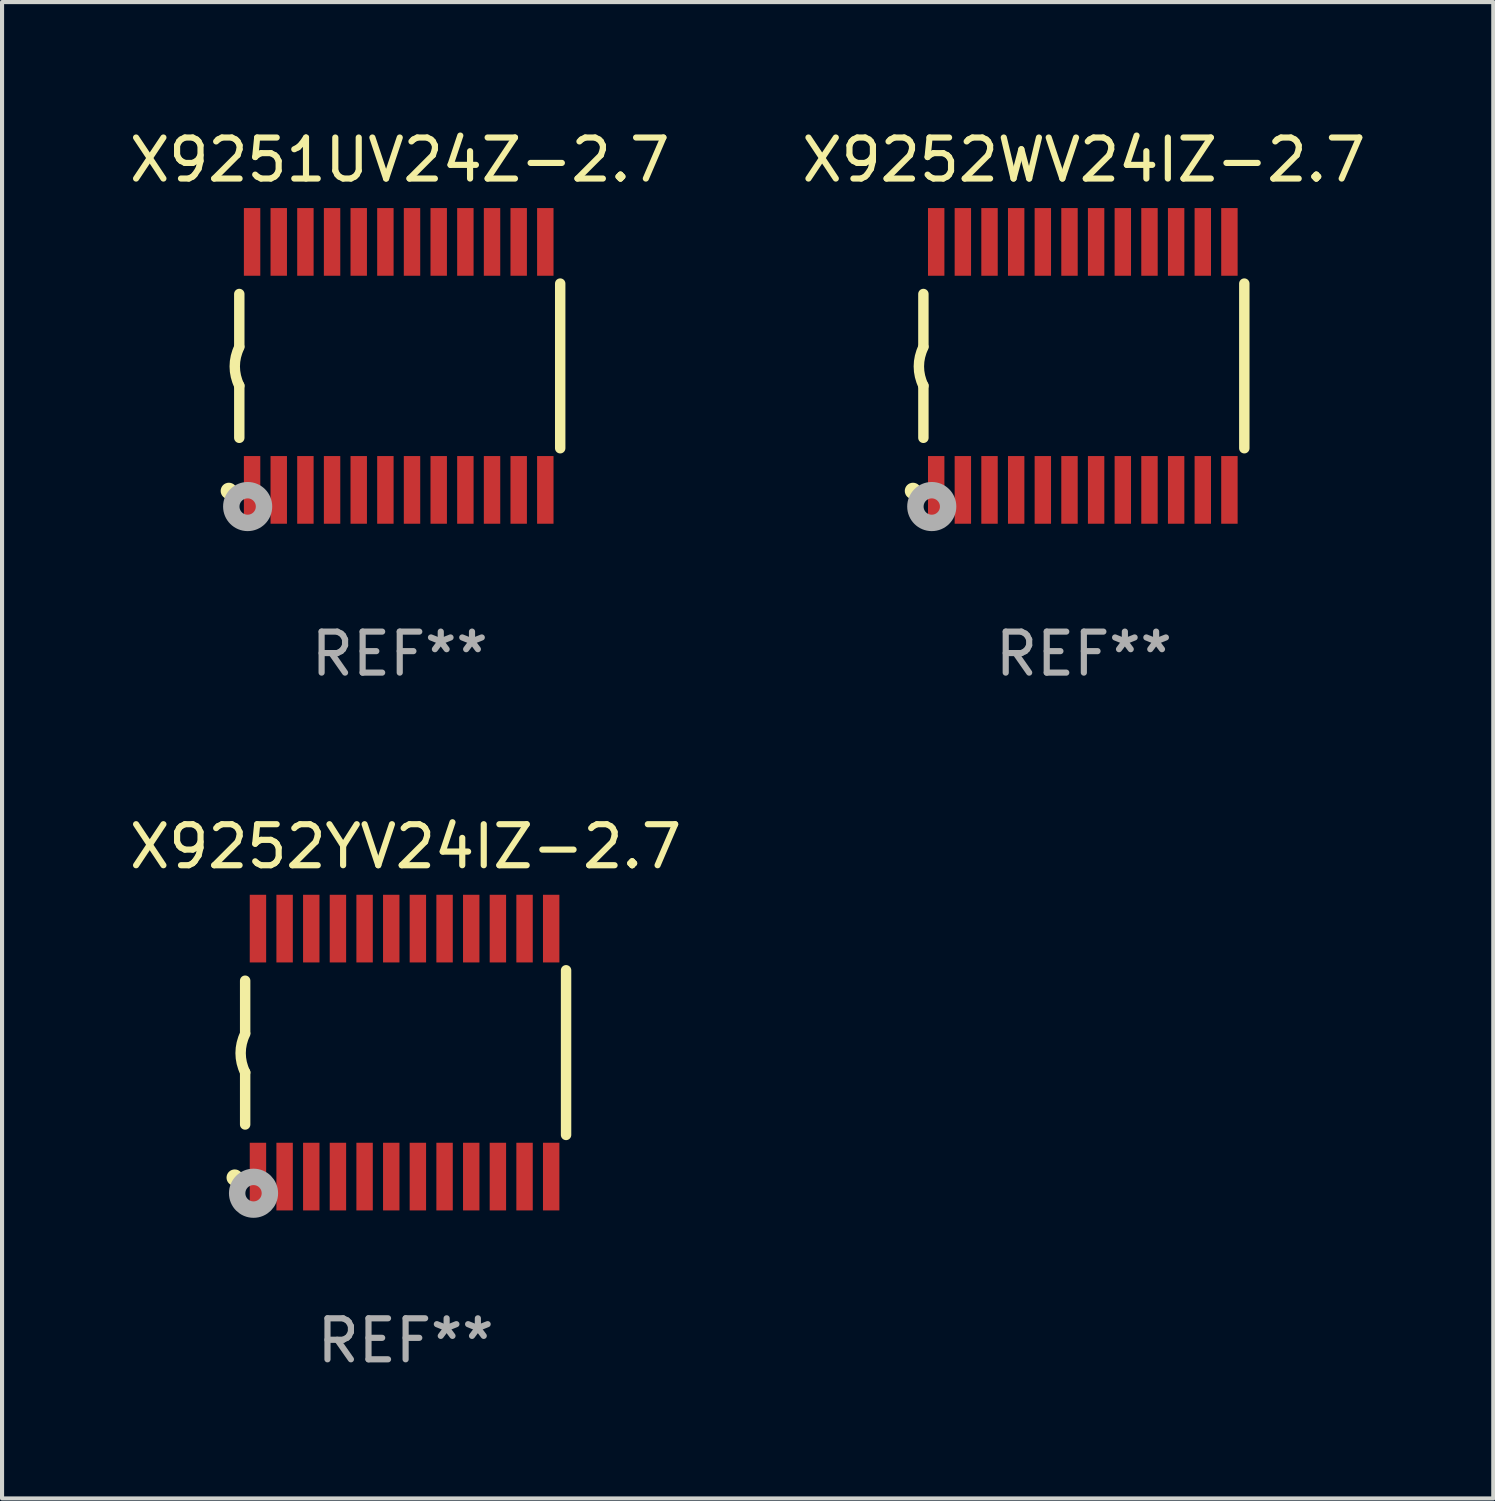
<source format=kicad_pcb>
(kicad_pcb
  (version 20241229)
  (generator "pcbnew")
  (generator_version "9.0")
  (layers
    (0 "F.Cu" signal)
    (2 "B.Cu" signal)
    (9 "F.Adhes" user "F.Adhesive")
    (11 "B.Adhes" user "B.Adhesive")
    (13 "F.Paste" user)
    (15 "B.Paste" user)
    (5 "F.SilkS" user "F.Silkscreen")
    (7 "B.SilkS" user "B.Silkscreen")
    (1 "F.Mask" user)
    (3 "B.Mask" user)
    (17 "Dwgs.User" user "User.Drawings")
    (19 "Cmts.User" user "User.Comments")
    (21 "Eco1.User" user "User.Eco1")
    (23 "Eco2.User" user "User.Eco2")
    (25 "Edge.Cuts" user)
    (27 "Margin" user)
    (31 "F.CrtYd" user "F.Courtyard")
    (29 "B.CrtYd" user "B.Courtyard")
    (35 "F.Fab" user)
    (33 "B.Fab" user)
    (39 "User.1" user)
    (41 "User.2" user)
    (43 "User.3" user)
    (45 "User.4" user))
  (footprint "X9251UV24Z-2.7"
    (layer "F.Cu")
    (at 6.696 5.871)
    (property "Reference" "X9251UV24Z-2.7" (at 0 -5.023 0) (layer "F.SilkS") (effects (font (size 1 1) (thickness 0.15))))
    (attr through_hole)
    (fp_line (start -3.912 -0.483) (end -3.912 -1.753) (stroke (width 0.254) (type solid)) (layer "F.SilkS"))
    (fp_line (start -3.912 1.753) (end -3.912 0.483) (stroke (width 0.254) (type solid)) (layer "F.SilkS"))
    (fp_line (start 3.912 -2.007) (end 3.912 2.007) (stroke (width 0.254) (type solid)) (layer "F.SilkS"))
    (fp_arc (start -3.911608 0.482601) (mid -4.022537 0.0127) (end -3.911608 -0.457201) (stroke (width 0.254001) (type solid)) (layer "F.SilkS"))
    (fp_circle (center -4.166 3.048) (end -4.066 3.048) (stroke (width 0.2) (type solid)) (fill no) (layer "F.SilkS"))
    (fp_circle (center -3.925 3.186) (end -3.895 3.186) (stroke (width 0.06) (type solid)) (fill no) (layer "F.SilkS"))
    (fp_circle (center -3.708 3.429) (end -3.509 3.429) (stroke (width 0.4) (type solid)) (fill no) (layer "F.Fab"))
    (fp_text user "REF**" (at 0 7.023 0) (layer "F.Fab") (effects (font (size 1 1) (thickness 0.15))))
    (pad "1" smd rect (at -3.6 3.023) (size 0.4 1.65) (layers "F.Cu" "F.Mask" "F.Paste"))
    (pad "2" smd rect (at -2.95 3.023) (size 0.4 1.65) (layers "F.Cu" "F.Mask" "F.Paste"))
    (pad "3" smd rect (at -2.3 3.023) (size 0.4 1.65) (layers "F.Cu" "F.Mask" "F.Paste"))
    (pad "4" smd rect (at -1.65 3.023) (size 0.4 1.65) (layers "F.Cu" "F.Mask" "F.Paste"))
    (pad "5" smd rect (at -1 3.023) (size 0.4 1.65) (layers "F.Cu" "F.Mask" "F.Paste"))
    (pad "6" smd rect (at -0.35 3.023) (size 0.4 1.65) (layers "F.Cu" "F.Mask" "F.Paste"))
    (pad "7" smd rect (at 0.299 3.023) (size 0.4 1.65) (layers "F.Cu" "F.Mask" "F.Paste"))
    (pad "8" smd rect (at 0.95 3.023) (size 0.4 1.65) (layers "F.Cu" "F.Mask" "F.Paste"))
    (pad "9" smd rect (at 1.6 3.023) (size 0.4 1.65) (layers "F.Cu" "F.Mask" "F.Paste"))
    (pad "10" smd rect (at 2.25 3.023) (size 0.4 1.65) (layers "F.Cu" "F.Mask" "F.Paste"))
    (pad "11" smd rect (at 2.9 3.023) (size 0.4 1.65) (layers "F.Cu" "F.Mask" "F.Paste"))
    (pad "12" smd rect (at 3.549 3.023) (size 0.4 1.65) (layers "F.Cu" "F.Mask" "F.Paste"))
    (pad "13" smd rect (at 3.549 -3.023) (size 0.4 1.65) (layers "F.Cu" "F.Mask" "F.Paste"))
    (pad "14" smd rect (at 2.9 -3.023) (size 0.4 1.65) (layers "F.Cu" "F.Mask" "F.Paste"))
    (pad "15" smd rect (at 2.25 -3.023) (size 0.4 1.65) (layers "F.Cu" "F.Mask" "F.Paste"))
    (pad "16" smd rect (at 1.6 -3.023) (size 0.4 1.65) (layers "F.Cu" "F.Mask" "F.Paste"))
    (pad "17" smd rect (at 0.95 -3.023) (size 0.4 1.65) (layers "F.Cu" "F.Mask" "F.Paste"))
    (pad "18" smd rect (at 0.299 -3.023) (size 0.4 1.65) (layers "F.Cu" "F.Mask" "F.Paste"))
    (pad "19" smd rect (at -0.35 -3.023) (size 0.4 1.65) (layers "F.Cu" "F.Mask" "F.Paste"))
    (pad "20" smd rect (at -1 -3.023) (size 0.4 1.65) (layers "F.Cu" "F.Mask" "F.Paste"))
    (pad "21" smd rect (at -1.65 -3.023) (size 0.4 1.65) (layers "F.Cu" "F.Mask" "F.Paste"))
    (pad "22" smd rect (at -2.3 -3.023) (size 0.4 1.65) (layers "F.Cu" "F.Mask" "F.Paste"))
    (pad "23" smd rect (at -2.95 -3.023) (size 0.4 1.65) (layers "F.Cu" "F.Mask" "F.Paste"))
    (pad "24" smd rect (at -3.6 -3.023) (size 0.4 1.65) (layers "F.Cu" "F.Mask" "F.Paste")))
  (footprint "X9252YV24IZ-2.7"
    (layer "F.Cu")
    (at 6.839 22.613)
    (property "Reference" "X9252YV24IZ-2.7" (at 0 -5.023 0) (layer "F.SilkS") (effects (font (size 1 1) (thickness 0.15))))
    (attr through_hole)
    (fp_line (start -3.912 -0.483) (end -3.912 -1.753) (stroke (width 0.254) (type solid)) (layer "F.SilkS"))
    (fp_line (start -3.912 1.753) (end -3.912 0.483) (stroke (width 0.254) (type solid)) (layer "F.SilkS"))
    (fp_line (start 3.912 -2.007) (end 3.912 2.007) (stroke (width 0.254) (type solid)) (layer "F.SilkS"))
    (fp_arc (start -3.911608 0.482601) (mid -4.022537 0.0127) (end -3.911608 -0.457201) (stroke (width 0.254001) (type solid)) (layer "F.SilkS"))
    (fp_circle (center -4.166 3.048) (end -4.066 3.048) (stroke (width 0.2) (type solid)) (fill no) (layer "F.SilkS"))
    (fp_circle (center -3.925 3.186) (end -3.895 3.186) (stroke (width 0.06) (type solid)) (fill no) (layer "F.SilkS"))
    (fp_circle (center -3.708 3.429) (end -3.509 3.429) (stroke (width 0.4) (type solid)) (fill no) (layer "F.Fab"))
    (fp_text user "REF**" (at 0 7.023 0) (layer "F.Fab") (effects (font (size 1 1) (thickness 0.15))))
    (pad "1" smd rect (at -3.6 3.023) (size 0.4 1.65) (layers "F.Cu" "F.Mask" "F.Paste"))
    (pad "2" smd rect (at -2.95 3.023) (size 0.4 1.65) (layers "F.Cu" "F.Mask" "F.Paste"))
    (pad "3" smd rect (at -2.3 3.023) (size 0.4 1.65) (layers "F.Cu" "F.Mask" "F.Paste"))
    (pad "4" smd rect (at -1.65 3.023) (size 0.4 1.65) (layers "F.Cu" "F.Mask" "F.Paste"))
    (pad "5" smd rect (at -1 3.023) (size 0.4 1.65) (layers "F.Cu" "F.Mask" "F.Paste"))
    (pad "6" smd rect (at -0.35 3.023) (size 0.4 1.65) (layers "F.Cu" "F.Mask" "F.Paste"))
    (pad "7" smd rect (at 0.299 3.023) (size 0.4 1.65) (layers "F.Cu" "F.Mask" "F.Paste"))
    (pad "8" smd rect (at 0.95 3.023) (size 0.4 1.65) (layers "F.Cu" "F.Mask" "F.Paste"))
    (pad "9" smd rect (at 1.6 3.023) (size 0.4 1.65) (layers "F.Cu" "F.Mask" "F.Paste"))
    (pad "10" smd rect (at 2.25 3.023) (size 0.4 1.65) (layers "F.Cu" "F.Mask" "F.Paste"))
    (pad "11" smd rect (at 2.9 3.023) (size 0.4 1.65) (layers "F.Cu" "F.Mask" "F.Paste"))
    (pad "12" smd rect (at 3.549 3.023) (size 0.4 1.65) (layers "F.Cu" "F.Mask" "F.Paste"))
    (pad "13" smd rect (at 3.549 -3.023) (size 0.4 1.65) (layers "F.Cu" "F.Mask" "F.Paste"))
    (pad "14" smd rect (at 2.9 -3.023) (size 0.4 1.65) (layers "F.Cu" "F.Mask" "F.Paste"))
    (pad "15" smd rect (at 2.25 -3.023) (size 0.4 1.65) (layers "F.Cu" "F.Mask" "F.Paste"))
    (pad "16" smd rect (at 1.6 -3.023) (size 0.4 1.65) (layers "F.Cu" "F.Mask" "F.Paste"))
    (pad "17" smd rect (at 0.95 -3.023) (size 0.4 1.65) (layers "F.Cu" "F.Mask" "F.Paste"))
    (pad "18" smd rect (at 0.299 -3.023) (size 0.4 1.65) (layers "F.Cu" "F.Mask" "F.Paste"))
    (pad "19" smd rect (at -0.35 -3.023) (size 0.4 1.65) (layers "F.Cu" "F.Mask" "F.Paste"))
    (pad "20" smd rect (at -1 -3.023) (size 0.4 1.65) (layers "F.Cu" "F.Mask" "F.Paste"))
    (pad "21" smd rect (at -1.65 -3.023) (size 0.4 1.65) (layers "F.Cu" "F.Mask" "F.Paste"))
    (pad "22" smd rect (at -2.3 -3.023) (size 0.4 1.65) (layers "F.Cu" "F.Mask" "F.Paste"))
    (pad "23" smd rect (at -2.95 -3.023) (size 0.4 1.65) (layers "F.Cu" "F.Mask" "F.Paste"))
    (pad "24" smd rect (at -3.6 -3.023) (size 0.4 1.65) (layers "F.Cu" "F.Mask" "F.Paste")))
  (footprint "X9252WV24IZ-2.7"
    (layer "F.Cu")
    (at 23.375 5.871)
    (property "Reference" "X9252WV24IZ-2.7" (at 0 -5.023 0) (layer "F.SilkS") (effects (font (size 1 1) (thickness 0.15))))
    (attr through_hole)
    (fp_line (start -3.912 -0.483) (end -3.912 -1.753) (stroke (width 0.254) (type solid)) (layer "F.SilkS"))
    (fp_line (start -3.912 1.753) (end -3.912 0.483) (stroke (width 0.254) (type solid)) (layer "F.SilkS"))
    (fp_line (start 3.912 -2.007) (end 3.912 2.007) (stroke (width 0.254) (type solid)) (layer "F.SilkS"))
    (fp_arc (start -3.911608 0.482601) (mid -4.022537 0.0127) (end -3.911608 -0.457201) (stroke (width 0.254001) (type solid)) (layer "F.SilkS"))
    (fp_circle (center -4.166 3.048) (end -4.066 3.048) (stroke (width 0.2) (type solid)) (fill no) (layer "F.SilkS"))
    (fp_circle (center -3.925 3.186) (end -3.895 3.186) (stroke (width 0.06) (type solid)) (fill no) (layer "F.SilkS"))
    (fp_circle (center -3.708 3.429) (end -3.509 3.429) (stroke (width 0.4) (type solid)) (fill no) (layer "F.Fab"))
    (fp_text user "REF**" (at 0 7.023 0) (layer "F.Fab") (effects (font (size 1 1) (thickness 0.15))))
    (pad "1" smd rect (at -3.6 3.023) (size 0.4 1.65) (layers "F.Cu" "F.Mask" "F.Paste"))
    (pad "2" smd rect (at -2.95 3.023) (size 0.4 1.65) (layers "F.Cu" "F.Mask" "F.Paste"))
    (pad "3" smd rect (at -2.3 3.023) (size 0.4 1.65) (layers "F.Cu" "F.Mask" "F.Paste"))
    (pad "4" smd rect (at -1.65 3.023) (size 0.4 1.65) (layers "F.Cu" "F.Mask" "F.Paste"))
    (pad "5" smd rect (at -1 3.023) (size 0.4 1.65) (layers "F.Cu" "F.Mask" "F.Paste"))
    (pad "6" smd rect (at -0.35 3.023) (size 0.4 1.65) (layers "F.Cu" "F.Mask" "F.Paste"))
    (pad "7" smd rect (at 0.299 3.023) (size 0.4 1.65) (layers "F.Cu" "F.Mask" "F.Paste"))
    (pad "8" smd rect (at 0.95 3.023) (size 0.4 1.65) (layers "F.Cu" "F.Mask" "F.Paste"))
    (pad "9" smd rect (at 1.6 3.023) (size 0.4 1.65) (layers "F.Cu" "F.Mask" "F.Paste"))
    (pad "10" smd rect (at 2.25 3.023) (size 0.4 1.65) (layers "F.Cu" "F.Mask" "F.Paste"))
    (pad "11" smd rect (at 2.9 3.023) (size 0.4 1.65) (layers "F.Cu" "F.Mask" "F.Paste"))
    (pad "12" smd rect (at 3.549 3.023) (size 0.4 1.65) (layers "F.Cu" "F.Mask" "F.Paste"))
    (pad "13" smd rect (at 3.549 -3.023) (size 0.4 1.65) (layers "F.Cu" "F.Mask" "F.Paste"))
    (pad "14" smd rect (at 2.9 -3.023) (size 0.4 1.65) (layers "F.Cu" "F.Mask" "F.Paste"))
    (pad "15" smd rect (at 2.25 -3.023) (size 0.4 1.65) (layers "F.Cu" "F.Mask" "F.Paste"))
    (pad "16" smd rect (at 1.6 -3.023) (size 0.4 1.65) (layers "F.Cu" "F.Mask" "F.Paste"))
    (pad "17" smd rect (at 0.95 -3.023) (size 0.4 1.65) (layers "F.Cu" "F.Mask" "F.Paste"))
    (pad "18" smd rect (at 0.299 -3.023) (size 0.4 1.65) (layers "F.Cu" "F.Mask" "F.Paste"))
    (pad "19" smd rect (at -0.35 -3.023) (size 0.4 1.65) (layers "F.Cu" "F.Mask" "F.Paste"))
    (pad "20" smd rect (at -1 -3.023) (size 0.4 1.65) (layers "F.Cu" "F.Mask" "F.Paste"))
    (pad "21" smd rect (at -1.65 -3.023) (size 0.4 1.65) (layers "F.Cu" "F.Mask" "F.Paste"))
    (pad "22" smd rect (at -2.3 -3.023) (size 0.4 1.65) (layers "F.Cu" "F.Mask" "F.Paste"))
    (pad "23" smd rect (at -2.95 -3.023) (size 0.4 1.65) (layers "F.Cu" "F.Mask" "F.Paste"))
    (pad "24" smd rect (at -3.6 -3.023) (size 0.4 1.65) (layers "F.Cu" "F.Mask" "F.Paste")))
  (gr_rect
    (start -3 -3)
    (end 33.357 33.483)
    (stroke (width 0.1) (type default))
    (fill no)
    (layer "Edge.Cuts")))
</source>
